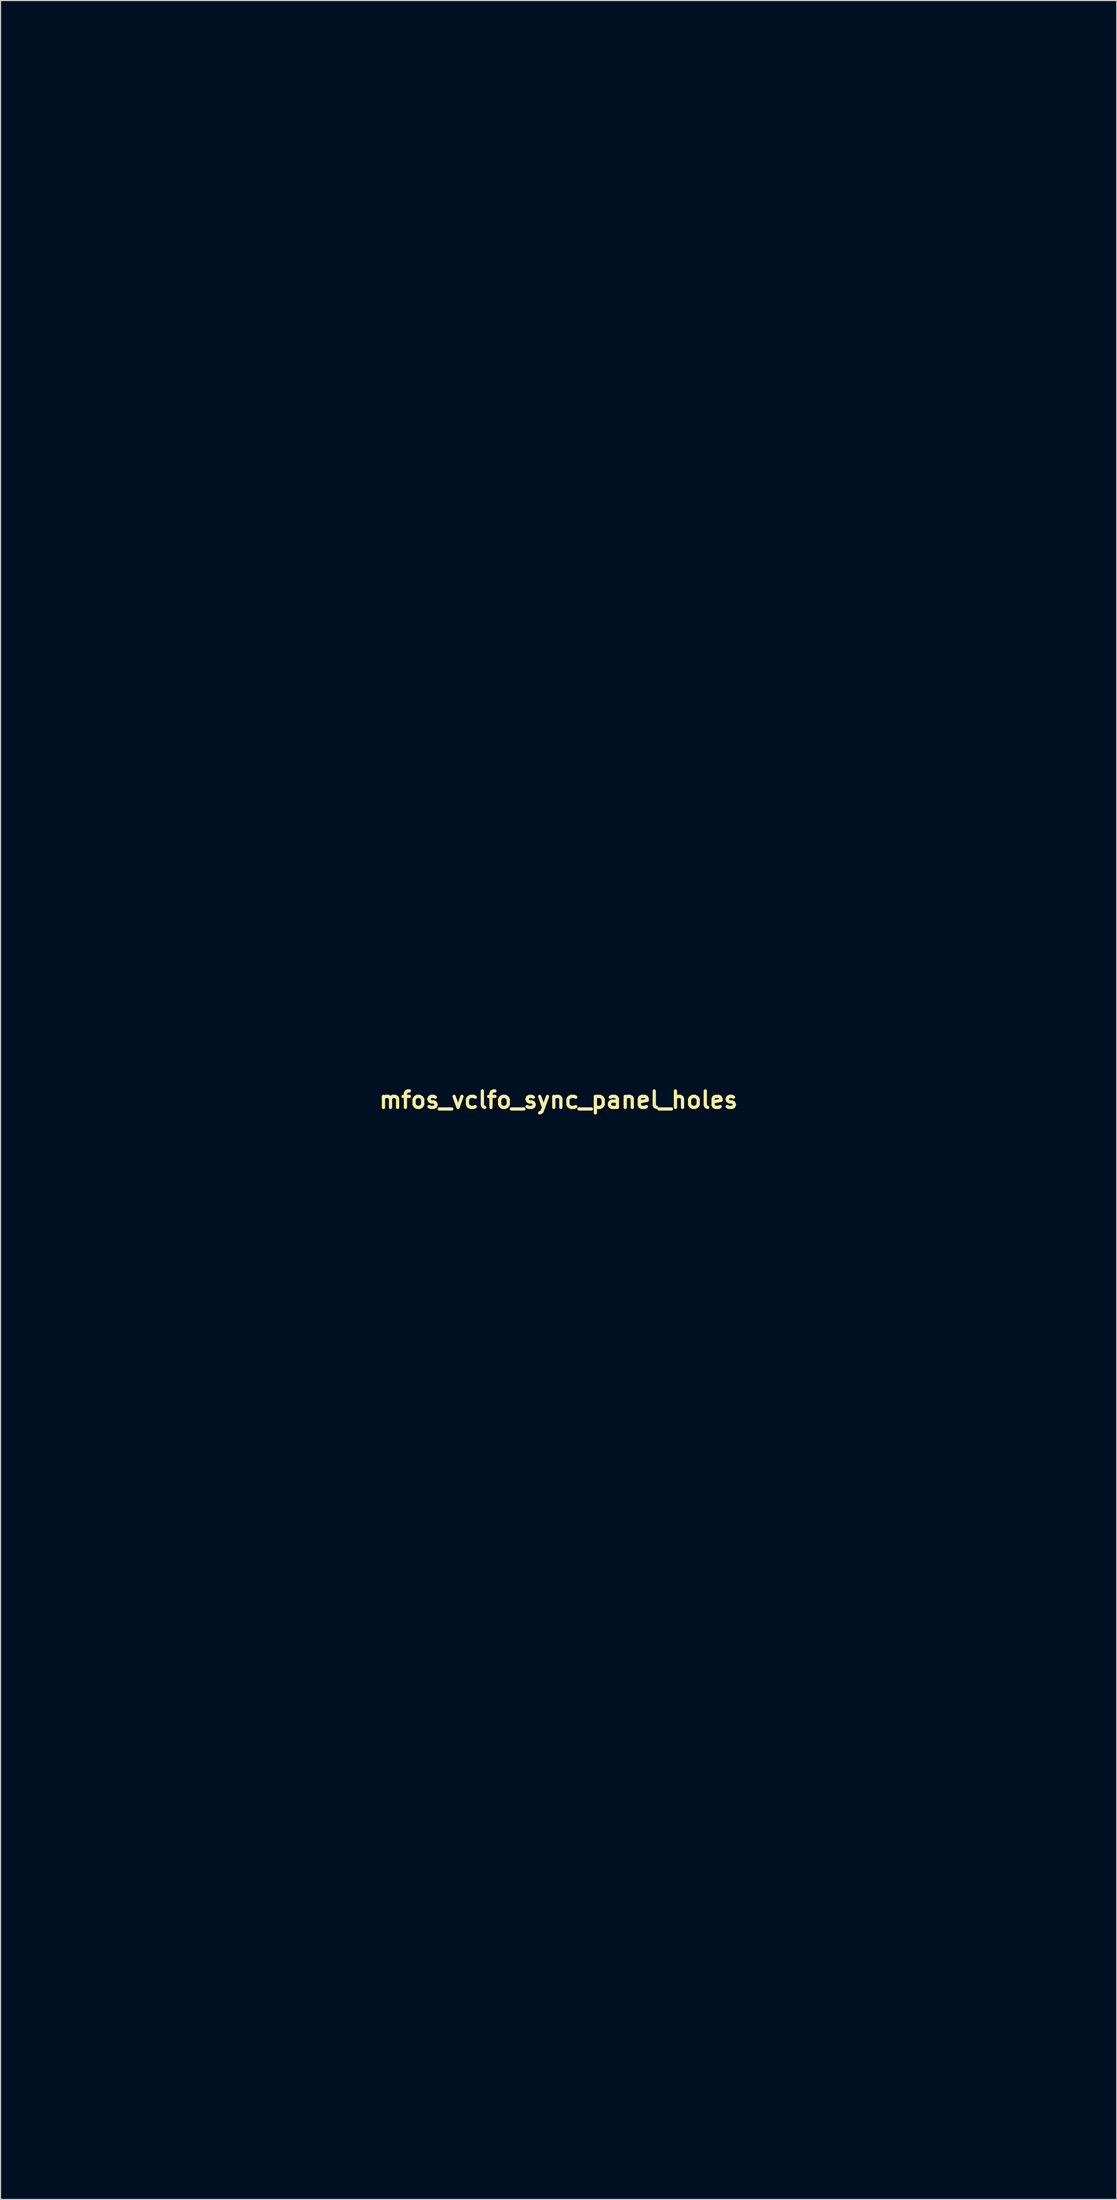
<source format=kicad_pcb>
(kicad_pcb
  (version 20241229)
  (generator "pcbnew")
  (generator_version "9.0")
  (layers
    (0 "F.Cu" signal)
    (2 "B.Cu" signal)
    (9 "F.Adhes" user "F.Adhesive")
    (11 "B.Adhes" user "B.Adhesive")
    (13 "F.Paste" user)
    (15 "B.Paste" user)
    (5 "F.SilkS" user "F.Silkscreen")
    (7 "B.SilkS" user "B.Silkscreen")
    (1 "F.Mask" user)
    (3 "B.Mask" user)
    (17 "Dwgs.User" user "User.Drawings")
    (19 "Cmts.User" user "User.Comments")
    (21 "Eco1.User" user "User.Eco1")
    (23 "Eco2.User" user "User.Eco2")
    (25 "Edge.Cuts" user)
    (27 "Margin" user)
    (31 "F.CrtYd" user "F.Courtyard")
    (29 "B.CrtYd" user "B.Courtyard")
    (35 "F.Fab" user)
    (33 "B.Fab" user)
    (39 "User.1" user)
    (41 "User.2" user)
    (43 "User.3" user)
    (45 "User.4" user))
  (footprint "mfos_vclfo_sync_panel_holes"
    (layer "F.Cu")
    (at 48.588 98.595)
    (property "Reference" "mfos_vclfo_sync_panel_holes" (at 0 0 0) (layer "F.SilkS") (effects (font (size 1.524 1.524) (thickness 0.3))))
    (attr through_hole)
    (fp_poly (pts (xy 25.195 -72.486) (xy 25.389 -72.47) (xy 25.474 -72.455) (xy 25.822 -72.36) (xy 26.147 -72.222) (xy 26.446 -72.042) (xy 26.716 -71.824) (xy 26.953 -71.57) (xy 27.154 -71.283) (xy 27.239 -71.129) (xy 27.373 -70.812) (xy 27.461 -70.482) (xy 27.503 -70.145) (xy 27.501 -69.807) (xy 27.454 -69.473) (xy 27.362 -69.149) (xy 27.227 -68.843) (xy 27.132 -68.682) (xy 26.914 -68.386) (xy 26.666 -68.131) (xy 26.391 -67.917) (xy 26.091 -67.746) (xy 25.77 -67.62) (xy 25.43 -67.54) (xy 25.075 -67.507) (xy 24.778 -67.515) (xy 24.441 -67.567) (xy 24.119 -67.666) (xy 23.815 -67.807) (xy 23.533 -67.988) (xy 23.278 -68.206) (xy 23.052 -68.456) (xy 22.861 -68.737) (xy 22.706 -69.043) (xy 22.593 -69.373) (xy 22.577 -69.434) (xy 22.547 -69.6) (xy 22.528 -69.796) (xy 22.521 -70.005) (xy 22.524 -70.154) (xy 24.003 -70.154) (xy 24.003 -69.901) (xy 24.892 -69.901) (xy 24.892 -69.012) (xy 25.146 -69.012) (xy 25.146 -69.901) (xy 26.01 -69.901) (xy 26.01 -70.155) (xy 25.146 -70.155) (xy 25.146 -70.993) (xy 24.893 -70.993) (xy 24.879 -70.168) (xy 24.441 -70.161) (xy 24.003 -70.154) (xy 22.524 -70.154) (xy 22.525 -70.207) (xy 22.541 -70.387) (xy 22.551 -70.451) (xy 22.645 -70.801) (xy 22.784 -71.128) (xy 22.966 -71.43) (xy 23.191 -71.705) (xy 23.241 -71.756) (xy 23.511 -71.993) (xy 23.809 -72.187) (xy 24.131 -72.338) (xy 24.371 -72.416) (xy 24.549 -72.453) (xy 24.757 -72.477) (xy 24.978 -72.488) (xy 25.195 -72.486)) (stroke (width 0.01) (type solid)) (fill no) (layer "Eco1.User"))
    (fp_poly (pts (xy 45.845 95.399) (xy 46.109 95.401) (xy 46.363 95.403) (xy 46.601 95.407) (xy 46.817 95.411) (xy 47.006 95.417) (xy 47.161 95.423) (xy 47.278 95.431) (xy 47.35 95.439) (xy 47.355 95.44) (xy 47.6 95.517) (xy 47.834 95.638) (xy 48.048 95.797) (xy 48.234 95.987) (xy 48.384 96.201) (xy 48.432 96.293) (xy 48.511 96.474) (xy 48.561 96.637) (xy 48.588 96.801) (xy 48.597 96.987) (xy 48.597 97.028) (xy 48.571 97.309) (xy 48.498 97.571) (xy 48.377 97.815) (xy 48.21 98.041) (xy 48.12 98.136) (xy 47.915 98.307) (xy 47.682 98.444) (xy 47.436 98.539) (xy 47.333 98.565) (xy 47.266 98.573) (xy 47.154 98.58) (xy 47.003 98.587) (xy 46.818 98.592) (xy 46.605 98.597) (xy 46.369 98.6) (xy 46.117 98.602) (xy 45.854 98.604) (xy 45.585 98.604) (xy 45.317 98.603) (xy 45.055 98.602) (xy 44.804 98.599) (xy 44.571 98.595) (xy 44.361 98.591) (xy 44.179 98.585) (xy 44.032 98.579) (xy 43.924 98.571) (xy 43.866 98.563) (xy 43.619 98.486) (xy 43.385 98.366) (xy 43.17 98.209) (xy 42.983 98.023) (xy 42.833 97.814) (xy 42.779 97.712) (xy 42.678 97.46) (xy 42.62 97.22) (xy 42.605 96.981) (xy 42.63 96.732) (xy 42.632 96.723) (xy 42.703 96.46) (xy 42.819 96.215) (xy 42.974 95.992) (xy 43.163 95.797) (xy 43.38 95.635) (xy 43.621 95.512) (xy 43.84 95.442) (xy 43.904 95.433) (xy 44.014 95.425) (xy 44.163 95.419) (xy 44.346 95.413) (xy 44.557 95.408) (xy 44.791 95.404) (xy 45.043 95.401) (xy 45.306 95.4) (xy 45.575 95.399) (xy 45.845 95.399)) (stroke (width 0.01) (type solid)) (fill no) (layer "Eco1.User"))
    (fp_poly (pts (xy -46.062 95.406) (xy -45.742 95.407) (xy -45.504 95.408) (xy -45.174 95.41) (xy -44.89 95.411) (xy -44.65 95.413) (xy -44.448 95.415) (xy -44.282 95.417) (xy -44.146 95.419) (xy -44.037 95.423) (xy -43.951 95.427) (xy -43.885 95.431) (xy -43.833 95.437) (xy -43.793 95.445) (xy -43.759 95.453) (xy -43.729 95.463) (xy -43.706 95.472) (xy -43.438 95.593) (xy -43.209 95.74) (xy -43.016 95.917) (xy -42.865 96.107) (xy -42.742 96.318) (xy -42.66 96.538) (xy -42.613 96.777) (xy -42.602 96.926) (xy -42.603 97.153) (xy -42.629 97.351) (xy -42.685 97.539) (xy -42.773 97.736) (xy -42.779 97.746) (xy -42.928 97.979) (xy -43.117 98.182) (xy -43.343 98.352) (xy -43.603 98.487) (xy -43.692 98.522) (xy -43.879 98.59) (xy -45.517 98.595) (xy -45.865 98.596) (xy -46.166 98.596) (xy -46.423 98.596) (xy -46.639 98.594) (xy -46.819 98.593) (xy -46.966 98.59) (xy -47.083 98.586) (xy -47.174 98.581) (xy -47.243 98.576) (xy -47.292 98.569) (xy -47.307 98.566) (xy -47.585 98.479) (xy -47.836 98.35) (xy -48.058 98.182) (xy -48.247 97.978) (xy -48.399 97.742) (xy -48.512 97.477) (xy -48.525 97.434) (xy -48.578 97.172) (xy -48.583 96.908) (xy -48.544 96.647) (xy -48.462 96.396) (xy -48.341 96.16) (xy -48.182 95.946) (xy -47.989 95.759) (xy -47.765 95.605) (xy -47.695 95.568) (xy -47.63 95.536) (xy -47.57 95.508) (xy -47.511 95.485) (xy -47.449 95.465) (xy -47.379 95.448) (xy -47.297 95.435) (xy -47.2 95.425) (xy -47.083 95.417) (xy -46.943 95.411) (xy -46.774 95.408) (xy -46.574 95.406) (xy -46.338 95.405) (xy -46.062 95.406)) (stroke (width 0.01) (type solid)) (fill no) (layer "Eco1.User"))
    (fp_poly (pts (xy 45.929 -98.59) (xy 46.219 -98.59) (xy 46.466 -98.589) (xy 46.673 -98.588) (xy 46.846 -98.587) (xy 46.987 -98.584) (xy 47.101 -98.581) (xy 47.192 -98.578) (xy 47.263 -98.573) (xy 47.319 -98.568) (xy 47.363 -98.561) (xy 47.4 -98.553) (xy 47.433 -98.544) (xy 47.433 -98.544) (xy 47.704 -98.437) (xy 47.941 -98.294) (xy 48.083 -98.178) (xy 48.257 -97.995) (xy 48.391 -97.805) (xy 48.493 -97.593) (xy 48.519 -97.52) (xy 48.587 -97.249) (xy 48.608 -96.979) (xy 48.582 -96.715) (xy 48.515 -96.462) (xy 48.407 -96.224) (xy 48.262 -96.006) (xy 48.083 -95.815) (xy 47.871 -95.653) (xy 47.631 -95.528) (xy 47.407 -95.453) (xy 47.365 -95.442) (xy 47.322 -95.434) (xy 47.274 -95.426) (xy 47.217 -95.42) (xy 47.146 -95.415) (xy 47.058 -95.412) (xy 46.948 -95.409) (xy 46.812 -95.407) (xy 46.646 -95.406) (xy 46.446 -95.405) (xy 46.208 -95.405) (xy 45.927 -95.405) (xy 45.608 -95.406) (xy 45.326 -95.407) (xy 45.057 -95.408) (xy 44.807 -95.409) (xy 44.58 -95.41) (xy 44.38 -95.412) (xy 44.212 -95.414) (xy 44.081 -95.416) (xy 43.99 -95.418) (xy 43.945 -95.42) (xy 43.942 -95.42) (xy 43.804 -95.454) (xy 43.643 -95.512) (xy 43.479 -95.586) (xy 43.457 -95.597) (xy 43.238 -95.738) (xy 43.042 -95.919) (xy 42.876 -96.13) (xy 42.747 -96.365) (xy 42.706 -96.47) (xy 42.656 -96.662) (xy 42.628 -96.88) (xy 42.624 -97.103) (xy 42.645 -97.309) (xy 42.657 -97.368) (xy 42.744 -97.629) (xy 42.875 -97.869) (xy 43.046 -98.085) (xy 43.254 -98.271) (xy 43.494 -98.423) (xy 43.718 -98.522) (xy 43.904 -98.59) (xy 45.593 -98.59) (xy 45.929 -98.59)) (stroke (width 0.01) (type solid)) (fill no) (layer "Eco1.User"))
    (fp_poly (pts (xy -45.259 -98.59) (xy -44.971 -98.59) (xy -44.727 -98.589) (xy -44.521 -98.589) (xy -44.35 -98.587) (xy -44.21 -98.585) (xy -44.097 -98.583) (xy -44.007 -98.579) (xy -43.936 -98.575) (xy -43.88 -98.569) (xy -43.835 -98.563) (xy -43.797 -98.554) (xy -43.762 -98.545) (xy -43.726 -98.534) (xy -43.473 -98.428) (xy -43.241 -98.281) (xy -43.036 -98.099) (xy -42.864 -97.887) (xy -42.73 -97.652) (xy -42.639 -97.398) (xy -42.632 -97.368) (xy -42.603 -97.171) (xy -42.599 -96.951) (xy -42.619 -96.73) (xy -42.662 -96.527) (xy -42.68 -96.47) (xy -42.796 -96.214) (xy -42.954 -95.986) (xy -43.152 -95.789) (xy -43.39 -95.622) (xy -43.665 -95.488) (xy -43.706 -95.471) (xy -43.736 -95.46) (xy -43.767 -95.451) (xy -43.801 -95.443) (xy -43.843 -95.436) (xy -43.897 -95.43) (xy -43.967 -95.426) (xy -44.057 -95.422) (xy -44.17 -95.419) (xy -44.311 -95.417) (xy -44.484 -95.415) (xy -44.692 -95.413) (xy -44.939 -95.412) (xy -45.23 -95.411) (xy -45.529 -95.41) (xy -45.864 -95.409) (xy -46.152 -95.408) (xy -46.397 -95.408) (xy -46.603 -95.408) (xy -46.774 -95.409) (xy -46.915 -95.411) (xy -47.029 -95.413) (xy -47.121 -95.417) (xy -47.194 -95.421) (xy -47.253 -95.426) (xy -47.301 -95.433) (xy -47.342 -95.441) (xy -47.381 -95.451) (xy -47.391 -95.453) (xy -47.652 -95.547) (xy -47.887 -95.681) (xy -48.092 -95.848) (xy -48.265 -96.046) (xy -48.404 -96.268) (xy -48.505 -96.509) (xy -48.565 -96.764) (xy -48.583 -97.028) (xy -48.555 -97.297) (xy -48.501 -97.501) (xy -48.432 -97.682) (xy -48.351 -97.834) (xy -48.248 -97.976) (xy -48.152 -98.085) (xy -47.966 -98.259) (xy -47.766 -98.393) (xy -47.536 -98.499) (xy -47.499 -98.512) (xy -47.282 -98.59) (xy -45.593 -98.59) (xy -45.259 -98.59)) (stroke (width 0.01) (type solid)) (fill no) (layer "Eco1.User"))
    (fp_poly (pts (xy 25.581 6.551) (xy 25.987 6.64) (xy 26.374 6.776) (xy 26.741 6.958) (xy 27.086 7.186) (xy 27.407 7.458) (xy 27.424 7.475) (xy 27.682 7.747) (xy 27.897 8.025) (xy 28.078 8.32) (xy 28.13 8.419) (xy 28.287 8.774) (xy 28.399 9.123) (xy 28.469 9.479) (xy 28.501 9.855) (xy 28.504 10.008) (xy 28.491 10.338) (xy 28.451 10.643) (xy 28.38 10.942) (xy 28.334 11.091) (xy 28.18 11.476) (xy 27.984 11.837) (xy 27.749 12.17) (xy 27.48 12.473) (xy 27.179 12.742) (xy 26.849 12.974) (xy 26.495 13.168) (xy 26.119 13.319) (xy 25.724 13.425) (xy 25.605 13.447) (xy 25.455 13.466) (xy 25.274 13.478) (xy 25.075 13.484) (xy 24.873 13.484) (xy 24.682 13.477) (xy 24.517 13.464) (xy 24.422 13.45) (xy 24.006 13.349) (xy 23.611 13.203) (xy 23.238 13.011) (xy 22.89 12.774) (xy 22.604 12.529) (xy 22.315 12.219) (xy 22.068 11.882) (xy 21.863 11.516) (xy 21.702 11.124) (xy 21.583 10.705) (xy 21.575 10.668) (xy 21.55 10.511) (xy 21.534 10.319) (xy 21.527 10.135) (xy 22.502 10.135) (xy 24.892 10.135) (xy 24.892 12.497) (xy 25.146 12.497) (xy 25.146 10.135) (xy 27.508 10.135) (xy 27.508 9.855) (xy 25.146 9.855) (xy 25.146 7.493) (xy 24.892 7.493) (xy 24.892 9.855) (xy 23.705 9.861) (xy 22.517 9.868) (xy 22.509 10.001) (xy 22.502 10.135) (xy 21.527 10.135) (xy 21.526 10.105) (xy 21.526 9.884) (xy 21.535 9.671) (xy 21.552 9.479) (xy 21.575 9.335) (xy 21.686 8.92) (xy 21.841 8.529) (xy 22.038 8.163) (xy 22.276 7.825) (xy 22.515 7.557) (xy 22.836 7.267) (xy 23.178 7.023) (xy 23.541 6.826) (xy 23.922 6.675) (xy 24.32 6.571) (xy 24.733 6.516) (xy 25.159 6.509) (xy 25.581 6.551)) (stroke (width 0.01) (type solid)) (fill no) (layer "Eco1.User"))
    (fp_poly (pts (xy 0.381 46.413) (xy 0.721 46.463) (xy 1.023 46.536) (xy 1.4 46.673) (xy 1.759 46.854) (xy 2.094 47.077) (xy 2.403 47.337) (xy 2.681 47.63) (xy 2.925 47.954) (xy 3.13 48.302) (xy 3.293 48.673) (xy 3.323 48.755) (xy 3.387 48.959) (xy 3.433 49.146) (xy 3.465 49.333) (xy 3.486 49.538) (xy 3.497 49.759) (xy 3.491 50.184) (xy 3.438 50.588) (xy 3.339 50.974) (xy 3.192 51.347) (xy 2.997 51.709) (xy 2.891 51.872) (xy 2.776 52.026) (xy 2.634 52.193) (xy 2.478 52.36) (xy 2.32 52.514) (xy 2.172 52.642) (xy 2.131 52.675) (xy 1.78 52.907) (xy 1.407 53.095) (xy 1.016 53.237) (xy 0.611 53.333) (xy 0.197 53.38) (xy -0.223 53.379) (xy -0.406 53.362) (xy -0.615 53.329) (xy -0.847 53.275) (xy -1.08 53.207) (xy -1.294 53.131) (xy -1.317 53.121) (xy -1.694 52.938) (xy -2.043 52.715) (xy -2.36 52.455) (xy -2.643 52.161) (xy -2.889 51.836) (xy -3.097 51.483) (xy -3.263 51.105) (xy -3.386 50.705) (xy -3.446 50.407) (xy -3.464 50.241) (xy -3.474 50.043) (xy -3.474 49.828) (xy -3.472 49.759) (xy -2.489 49.759) (xy -2.489 50.013) (xy -0.127 50.013) (xy -0.127 52.375) (xy 0.152 52.375) (xy 0.152 50.013) (xy 2.515 50.013) (xy 2.515 49.759) (xy 0.152 49.759) (xy 0.152 47.396) (xy -0.127 47.396) (xy -0.127 49.759) (xy -2.489 49.759) (xy -3.472 49.759) (xy -3.467 49.611) (xy -3.451 49.407) (xy -3.428 49.233) (xy -3.416 49.174) (xy -3.302 48.765) (xy -3.144 48.38) (xy -2.944 48.02) (xy -2.707 47.689) (xy -2.434 47.388) (xy -2.127 47.122) (xy -1.791 46.892) (xy -1.427 46.701) (xy -1.038 46.551) (xy -0.626 46.446) (xy -0.61 46.443) (xy -0.299 46.402) (xy 0.036 46.393) (xy 0.381 46.413)) (stroke (width 0.01) (type solid)) (fill no) (layer "Eco1.User"))
    (fp_poly (pts (xy -24.686 6.522) (xy -24.495 6.536) (xy -24.338 6.559) (xy -24.329 6.561) (xy -23.916 6.669) (xy -23.524 6.823) (xy -23.156 7.022) (xy -22.813 7.264) (xy -22.516 7.53) (xy -22.233 7.848) (xy -21.994 8.189) (xy -21.802 8.552) (xy -21.655 8.936) (xy -21.555 9.34) (xy -21.502 9.762) (xy -21.497 9.855) (xy -21.503 10.276) (xy -21.559 10.688) (xy -21.662 11.086) (xy -21.813 11.467) (xy -22.009 11.83) (xy -22.25 12.171) (xy -22.46 12.41) (xy -22.769 12.7) (xy -23.099 12.944) (xy -23.453 13.145) (xy -23.835 13.304) (xy -24.163 13.402) (xy -24.265 13.426) (xy -24.359 13.444) (xy -24.457 13.457) (xy -24.57 13.466) (xy -24.709 13.472) (xy -24.886 13.476) (xy -24.905 13.477) (xy -25.119 13.479) (xy -25.291 13.476) (xy -25.43 13.469) (xy -25.545 13.456) (xy -25.59 13.448) (xy -26.003 13.347) (xy -26.395 13.2) (xy -26.762 13.012) (xy -27.101 12.785) (xy -27.411 12.52) (xy -27.688 12.22) (xy -27.929 11.888) (xy -28.131 11.526) (xy -28.293 11.137) (xy -28.308 11.091) (xy -28.41 10.707) (xy -28.467 10.307) (xy -28.48 9.901) (xy -28.476 9.855) (xy -27.483 9.855) (xy -27.483 10.135) (xy -25.121 10.135) (xy -25.121 12.497) (xy -24.867 12.497) (xy -24.867 10.135) (xy -22.476 10.135) (xy -22.492 9.868) (xy -23.679 9.861) (xy -24.867 9.855) (xy -24.867 7.493) (xy -25.121 7.493) (xy -25.121 9.855) (xy -27.483 9.855) (xy -28.476 9.855) (xy -28.447 9.497) (xy -28.369 9.103) (xy -28.318 8.928) (xy -28.168 8.546) (xy -27.974 8.184) (xy -27.739 7.847) (xy -27.466 7.539) (xy -27.159 7.264) (xy -26.821 7.025) (xy -26.552 6.874) (xy -26.246 6.739) (xy -25.916 6.627) (xy -25.654 6.561) (xy -25.505 6.538) (xy -25.32 6.523) (xy -25.112 6.515) (xy -24.896 6.514) (xy -24.686 6.522)) (stroke (width 0.01) (type solid)) (fill no) (layer "Eco1.User"))
    (fp_poly (pts (xy 0.724 70.051) (xy 1.188 70.141) (xy 1.639 70.275) (xy 2.075 70.449) (xy 2.493 70.664) (xy 2.89 70.918) (xy 3.263 71.208) (xy 3.608 71.534) (xy 3.924 71.893) (xy 4.206 72.285) (xy 4.453 72.708) (xy 4.661 73.16) (xy 4.687 73.226) (xy 4.83 73.663) (xy 4.931 74.121) (xy 4.989 74.594) (xy 5.006 75.073) (xy 4.978 75.55) (xy 4.907 76.017) (xy 4.903 76.035) (xy 4.779 76.508) (xy 4.611 76.963) (xy 4.399 77.395) (xy 4.149 77.804) (xy 3.861 78.185) (xy 3.539 78.537) (xy 3.186 78.857) (xy 2.804 79.143) (xy 2.396 79.391) (xy 1.965 79.6) (xy 1.514 79.767) (xy 1.045 79.889) (xy 0.724 79.944) (xy 0.331 79.983) (xy -0.053 79.995) (xy -0.356 79.984) (xy -0.85 79.922) (xy -1.33 79.812) (xy -1.792 79.658) (xy -2.234 79.461) (xy -2.654 79.224) (xy -3.048 78.948) (xy -3.414 78.636) (xy -3.748 78.289) (xy -4.048 77.911) (xy -4.312 77.503) (xy -4.536 77.067) (xy -4.718 76.605) (xy -4.724 76.59) (xy -4.828 76.242) (xy -4.903 75.908) (xy -4.951 75.572) (xy -4.975 75.216) (xy -4.978 74.989) (xy -4.973 74.879) (xy -2.489 74.879) (xy -2.489 75.133) (xy -0.127 75.133) (xy -0.127 77.495) (xy 0.152 77.495) (xy 0.152 75.133) (xy 2.515 75.133) (xy 2.515 74.879) (xy 0.153 74.879) (xy 0.14 72.504) (xy -0.114 72.504) (xy -0.121 73.692) (xy -0.128 74.879) (xy -2.489 74.879) (xy -4.973 74.879) (xy -4.954 74.49) (xy -4.882 74.004) (xy -4.764 73.534) (xy -4.602 73.081) (xy -4.398 72.649) (xy -4.155 72.24) (xy -3.874 71.857) (xy -3.558 71.502) (xy -3.208 71.178) (xy -2.826 70.888) (xy -2.415 70.633) (xy -1.976 70.417) (xy -1.511 70.242) (xy -1.197 70.152) (xy -0.713 70.054) (xy -0.23 70.006) (xy 0.25 70.005) (xy 0.724 70.051)) (stroke (width 0.01) (type solid)) (fill no) (layer "Eco1.User"))
    (fp_poly (pts (xy 25.255 -33.483) (xy 25.479 -33.464) (xy 25.673 -33.436) (xy 25.697 -33.431) (xy 26.107 -33.318) (xy 26.493 -33.163) (xy 26.853 -32.969) (xy 27.185 -32.737) (xy 27.485 -32.471) (xy 27.751 -32.174) (xy 27.982 -31.848) (xy 28.174 -31.496) (xy 28.325 -31.121) (xy 28.432 -30.726) (xy 28.494 -30.313) (xy 28.496 -30.282) (xy 28.505 -29.867) (xy 28.466 -29.461) (xy 28.382 -29.068) (xy 28.254 -28.692) (xy 28.086 -28.334) (xy 27.879 -27.999) (xy 27.637 -27.69) (xy 27.36 -27.409) (xy 27.053 -27.16) (xy 26.717 -26.946) (xy 26.355 -26.77) (xy 25.968 -26.636) (xy 25.678 -26.567) (xy 25.49 -26.538) (xy 25.278 -26.517) (xy 25.06 -26.506) (xy 24.853 -26.505) (xy 24.673 -26.515) (xy 24.638 -26.519) (xy 24.214 -26.595) (xy 23.809 -26.717) (xy 23.428 -26.883) (xy 23.071 -27.094) (xy 22.74 -27.347) (xy 22.544 -27.53) (xy 22.263 -27.845) (xy 22.028 -28.177) (xy 21.837 -28.532) (xy 21.688 -28.913) (xy 21.596 -29.242) (xy 21.571 -29.355) (xy 21.553 -29.454) (xy 21.541 -29.553) (xy 21.534 -29.663) (xy 21.53 -29.797) (xy 21.528 -29.969) (xy 21.528 -29.985) (xy 21.529 -30.124) (xy 22.504 -30.124) (xy 22.504 -29.871) (xy 23.692 -29.864) (xy 24.879 -29.858) (xy 24.886 -28.683) (xy 24.893 -27.508) (xy 25.146 -27.508) (xy 25.146 -29.87) (xy 27.508 -29.87) (xy 27.508 -30.124) (xy 25.146 -30.124) (xy 25.146 -32.512) (xy 24.893 -32.512) (xy 24.879 -30.137) (xy 22.504 -30.124) (xy 21.529 -30.124) (xy 21.529 -30.183) (xy 21.534 -30.341) (xy 21.544 -30.47) (xy 21.559 -30.581) (xy 21.573 -30.655) (xy 21.688 -31.077) (xy 21.845 -31.474) (xy 22.042 -31.841) (xy 22.276 -32.178) (xy 22.547 -32.482) (xy 22.851 -32.752) (xy 23.187 -32.985) (xy 23.552 -33.178) (xy 23.945 -33.331) (xy 24.363 -33.441) (xy 24.377 -33.444) (xy 24.562 -33.47) (xy 24.781 -33.486) (xy 25.017 -33.49) (xy 25.255 -33.483)) (stroke (width 0.01) (type solid)) (fill no) (layer "Eco1.User"))
    (fp_poly (pts (xy -24.675 -33.479) (xy -24.442 -33.456) (xy -24.282 -33.429) (xy -23.872 -33.316) (xy -23.485 -33.16) (xy -23.125 -32.963) (xy -22.794 -32.726) (xy -22.494 -32.454) (xy -22.228 -32.146) (xy -21.997 -31.807) (xy -21.804 -31.438) (xy -21.651 -31.042) (xy -21.548 -30.657) (xy -21.529 -30.552) (xy -21.515 -30.438) (xy -21.507 -30.303) (xy -21.503 -30.137) (xy -21.503 -29.985) (xy -21.504 -29.809) (xy -21.508 -29.672) (xy -21.515 -29.561) (xy -21.527 -29.462) (xy -21.544 -29.363) (xy -21.569 -29.252) (xy -21.571 -29.242) (xy -21.687 -28.843) (xy -21.841 -28.472) (xy -22.035 -28.126) (xy -22.274 -27.799) (xy -22.56 -27.486) (xy -22.64 -27.409) (xy -22.898 -27.194) (xy -23.194 -27) (xy -23.516 -26.832) (xy -23.853 -26.694) (xy -24.193 -26.593) (xy -24.369 -26.557) (xy -24.504 -26.538) (xy -24.665 -26.522) (xy -24.836 -26.51) (xy -25.002 -26.503) (xy -25.149 -26.502) (xy -25.26 -26.507) (xy -25.69 -26.575) (xy -26.099 -26.687) (xy -26.484 -26.842) (xy -26.843 -27.037) (xy -27.174 -27.27) (xy -27.475 -27.54) (xy -27.742 -27.844) (xy -27.973 -28.18) (xy -28.167 -28.546) (xy -28.32 -28.939) (xy -28.41 -29.266) (xy -28.462 -29.589) (xy -28.481 -29.936) (xy -28.473 -30.124) (xy -27.483 -30.124) (xy -27.483 -29.87) (xy -25.121 -29.87) (xy -25.121 -27.508) (xy -24.867 -27.508) (xy -24.854 -29.858) (xy -23.666 -29.864) (xy -22.479 -29.871) (xy -22.479 -30.124) (xy -24.854 -30.137) (xy -24.861 -31.325) (xy -24.867 -32.512) (xy -25.121 -32.512) (xy -25.121 -30.124) (xy -27.483 -30.124) (xy -28.473 -30.124) (xy -28.466 -30.294) (xy -28.419 -30.651) (xy -28.342 -30.993) (xy -28.246 -31.277) (xy -28.07 -31.652) (xy -27.851 -32.004) (xy -27.593 -32.329) (xy -27.299 -32.621) (xy -26.974 -32.878) (xy -26.621 -33.094) (xy -26.552 -33.13) (xy -26.351 -33.22) (xy -26.121 -33.306) (xy -25.882 -33.38) (xy -25.656 -33.435) (xy -25.629 -33.441) (xy -25.421 -33.47) (xy -25.182 -33.487) (xy -24.928 -33.489) (xy -24.675 -33.479)) (stroke (width 0.01) (type solid)) (fill no) (layer "Eco1.User"))
    (fp_poly (pts (xy -19.791 45.015) (xy -19.576 45.023) (xy -19.389 45.037) (xy -19.319 45.046) (xy -18.825 45.139) (xy -18.351 45.278) (xy -17.898 45.461) (xy -17.469 45.683) (xy -17.067 45.945) (xy -16.693 46.242) (xy -16.35 46.573) (xy -16.04 46.935) (xy -15.766 47.326) (xy -15.529 47.743) (xy -15.332 48.185) (xy -15.177 48.649) (xy -15.066 49.132) (xy -15.012 49.526) (xy -14.988 50.02) (xy -15.015 50.511) (xy -15.089 50.997) (xy -15.212 51.473) (xy -15.381 51.937) (xy -15.596 52.385) (xy -15.856 52.812) (xy -15.983 52.991) (xy -16.095 53.132) (xy -16.235 53.292) (xy -16.391 53.459) (xy -16.553 53.622) (xy -16.707 53.769) (xy -16.828 53.873) (xy -17.216 54.159) (xy -17.635 54.408) (xy -18.078 54.617) (xy -18.537 54.782) (xy -19.007 54.901) (xy -19.319 54.953) (xy -19.474 54.968) (xy -19.662 54.979) (xy -19.868 54.985) (xy -20.08 54.987) (xy -20.281 54.984) (xy -20.46 54.976) (xy -20.598 54.963) (xy -21.085 54.875) (xy -21.562 54.74) (xy -22.024 54.559) (xy -22.466 54.336) (xy -22.882 54.072) (xy -23.19 53.835) (xy -23.549 53.504) (xy -23.871 53.141) (xy -24.156 52.749) (xy -24.403 52.332) (xy -24.608 51.895) (xy -24.771 51.442) (xy -24.89 50.976) (xy -24.963 50.502) (xy -24.988 50.023) (xy -24.981 49.86) (xy -22.479 49.86) (xy -22.479 50.14) (xy -20.117 50.14) (xy -20.117 52.502) (xy -19.863 52.502) (xy -19.863 50.14) (xy -17.488 50.127) (xy -17.488 49.873) (xy -18.675 49.866) (xy -19.863 49.86) (xy -19.863 47.498) (xy -20.117 47.498) (xy -20.117 49.86) (xy -22.479 49.86) (xy -24.981 49.86) (xy -24.972 49.632) (xy -24.905 49.123) (xy -24.792 48.634) (xy -24.635 48.166) (xy -24.436 47.722) (xy -24.197 47.303) (xy -23.919 46.911) (xy -23.605 46.549) (xy -23.257 46.219) (xy -22.876 45.923) (xy -22.465 45.663) (xy -22.025 45.441) (xy -21.558 45.259) (xy -21.066 45.12) (xy -20.828 45.07) (xy -20.669 45.047) (xy -20.473 45.03) (xy -20.253 45.019) (xy -20.021 45.014) (xy -19.791 45.015)) (stroke (width 0.01) (type solid)) (fill no) (layer "Eco1.User"))
    (fp_poly (pts (xy 0.256 -73.489) (xy 0.579 -73.454) (xy 0.686 -73.434) (xy 1.101 -73.321) (xy 1.492 -73.166) (xy 1.857 -72.97) (xy 2.192 -72.736) (xy 2.495 -72.465) (xy 2.765 -72.161) (xy 2.997 -71.827) (xy 3.192 -71.463) (xy 3.344 -71.073) (xy 3.442 -70.714) (xy 3.468 -70.555) (xy 3.487 -70.361) (xy 3.498 -70.148) (xy 3.5 -69.93) (xy 3.494 -69.724) (xy 3.48 -69.543) (xy 3.471 -69.481) (xy 3.381 -69.069) (xy 3.247 -68.676) (xy 3.07 -68.306) (xy 2.853 -67.962) (xy 2.6 -67.646) (xy 2.312 -67.362) (xy 1.992 -67.113) (xy 1.642 -66.903) (xy 1.266 -66.733) (xy 1.186 -66.703) (xy 0.91 -66.622) (xy 0.61 -66.56) (xy 0.3 -66.52) (xy -0.005 -66.503) (xy -0.29 -66.511) (xy -0.419 -66.525) (xy -0.836 -66.607) (xy -1.233 -66.733) (xy -1.607 -66.902) (xy -1.955 -67.11) (xy -2.274 -67.354) (xy -2.562 -67.633) (xy -2.816 -67.944) (xy -3.034 -68.283) (xy -3.213 -68.649) (xy -3.349 -69.039) (xy -3.441 -69.45) (xy -3.442 -69.456) (xy -3.465 -69.65) (xy -3.477 -69.875) (xy -3.477 -70.11) (xy -3.476 -70.129) (xy -2.489 -70.129) (xy -2.489 -69.875) (xy -0.127 -69.875) (xy -0.127 -68.699) (xy -0.127 -68.459) (xy -0.126 -68.235) (xy -0.124 -68.031) (xy -0.122 -67.853) (xy -0.119 -67.707) (xy -0.116 -67.596) (xy -0.112 -67.527) (xy -0.109 -67.504) (xy -0.075 -67.494) (xy -0.009 -67.492) (xy 0.024 -67.493) (xy 0.14 -67.501) (xy 0.153 -69.875) (xy 2.515 -69.875) (xy 2.515 -70.129) (xy 0.152 -70.129) (xy 0.152 -72.492) (xy -0.127 -72.492) (xy -0.127 -70.129) (xy -2.489 -70.129) (xy -3.476 -70.129) (xy -3.466 -70.335) (xy -3.445 -70.533) (xy -3.442 -70.549) (xy -3.349 -70.963) (xy -3.21 -71.358) (xy -3.027 -71.73) (xy -2.801 -72.077) (xy -2.535 -72.395) (xy -2.23 -72.682) (xy -1.934 -72.904) (xy -1.787 -72.995) (xy -1.609 -73.091) (xy -1.419 -73.185) (xy -1.233 -73.267) (xy -1.076 -73.326) (xy -0.767 -73.41) (xy -0.432 -73.466) (xy -0.086 -73.492) (xy 0.256 -73.489)) (stroke (width 0.01) (type solid)) (fill no) (layer "Eco1.User"))
    (fp_poly (pts (xy -19.313 70.052) (xy -18.819 70.142) (xy -18.342 70.279) (xy -17.883 70.464) (xy -17.441 70.697) (xy -17.016 70.978) (xy -16.98 71.005) (xy -16.858 71.102) (xy -16.715 71.23) (xy -16.56 71.376) (xy -16.402 71.533) (xy -16.252 71.689) (xy -16.119 71.836) (xy -16.014 71.963) (xy -15.992 71.991) (xy -15.711 72.411) (xy -15.475 72.851) (xy -15.286 73.307) (xy -15.142 73.778) (xy -15.046 74.258) (xy -14.998 74.746) (xy -14.997 75.238) (xy -15.045 75.731) (xy -15.143 76.22) (xy -15.243 76.567) (xy -15.42 77.027) (xy -15.64 77.464) (xy -15.901 77.875) (xy -16.2 78.258) (xy -16.534 78.609) (xy -16.899 78.926) (xy -17.294 79.207) (xy -17.715 79.45) (xy -18.16 79.651) (xy -18.625 79.808) (xy -18.99 79.897) (xy -19.096 79.916) (xy -19.23 79.935) (xy -19.381 79.954) (xy -19.539 79.972) (xy -19.694 79.987) (xy -19.834 79.999) (xy -19.95 80.006) (xy -20.031 80.007) (xy -20.053 80.006) (xy -20.088 80.003) (xy -20.161 79.997) (xy -20.263 79.99) (xy -20.358 79.984) (xy -20.789 79.932) (xy -21.228 79.837) (xy -21.664 79.702) (xy -22.086 79.532) (xy -22.484 79.329) (xy -22.717 79.186) (xy -23.121 78.89) (xy -23.493 78.557) (xy -23.831 78.189) (xy -24.131 77.791) (xy -24.388 77.368) (xy -24.448 77.255) (xy -24.651 76.8) (xy -24.806 76.331) (xy -24.913 75.853) (xy -24.973 75.368) (xy -24.984 74.88) (xy -24.984 74.88) (xy -22.479 74.88) (xy -22.479 75.133) (xy -20.117 75.133) (xy -20.117 77.495) (xy -19.863 77.495) (xy -19.863 75.134) (xy -17.488 75.121) (xy -17.472 74.88) (xy -19.85 74.867) (xy -19.857 73.679) (xy -19.863 72.492) (xy -20.116 72.492) (xy -20.13 74.867) (xy -21.304 74.873) (xy -22.479 74.88) (xy -24.984 74.88) (xy -24.947 74.392) (xy -24.862 73.909) (xy -24.73 73.432) (xy -24.549 72.967) (xy -24.473 72.804) (xy -24.23 72.365) (xy -23.95 71.957) (xy -23.634 71.584) (xy -23.287 71.245) (xy -22.91 70.944) (xy -22.507 70.682) (xy -22.079 70.46) (xy -21.632 70.28) (xy -21.166 70.144) (xy -20.685 70.054) (xy -20.191 70.011) (xy -19.825 70.01) (xy -19.313 70.052)) (stroke (width 0.01) (type solid)) (fill no) (layer "Eco1.User"))
    (fp_poly (pts (xy 20.658 45.044) (xy 20.686 45.047) (xy 21.167 45.135) (xy 21.633 45.27) (xy 22.082 45.45) (xy 22.509 45.672) (xy 22.913 45.933) (xy 23.29 46.231) (xy 23.638 46.563) (xy 23.952 46.928) (xy 24.231 47.322) (xy 24.471 47.743) (xy 24.669 48.189) (xy 24.751 48.418) (xy 24.889 48.912) (xy 24.975 49.407) (xy 25.01 49.901) (xy 24.995 50.396) (xy 24.929 50.89) (xy 24.812 51.384) (xy 24.751 51.582) (xy 24.573 52.044) (xy 24.349 52.484) (xy 24.079 52.901) (xy 23.764 53.295) (xy 23.597 53.476) (xy 23.229 53.822) (xy 22.832 54.125) (xy 22.41 54.385) (xy 21.964 54.601) (xy 21.496 54.772) (xy 21.008 54.897) (xy 20.6 54.964) (xy 20.508 54.972) (xy 20.381 54.979) (xy 20.231 54.983) (xy 20.069 54.986) (xy 19.907 54.987) (xy 19.757 54.986) (xy 19.628 54.983) (xy 19.535 54.978) (xy 19.507 54.975) (xy 19.451 54.967) (xy 19.363 54.954) (xy 19.261 54.94) (xy 19.253 54.938) (xy 18.8 54.849) (xy 18.349 54.713) (xy 17.907 54.531) (xy 17.48 54.307) (xy 17.075 54.043) (xy 17.018 54.002) (xy 16.887 53.897) (xy 16.735 53.764) (xy 16.574 53.614) (xy 16.415 53.457) (xy 16.269 53.305) (xy 16.148 53.169) (xy 16.122 53.137) (xy 15.835 52.742) (xy 15.588 52.321) (xy 15.384 51.879) (xy 15.222 51.42) (xy 15.106 50.949) (xy 15.035 50.47) (xy 15.012 49.989) (xy 15.018 49.873) (xy 17.513 49.873) (xy 17.513 50.127) (xy 19.888 50.14) (xy 19.888 52.502) (xy 20.142 52.502) (xy 20.142 50.14) (xy 22.504 50.14) (xy 22.504 49.86) (xy 20.142 49.86) (xy 20.142 47.498) (xy 19.888 47.498) (xy 19.888 49.86) (xy 18.701 49.866) (xy 17.513 49.873) (xy 15.018 49.873) (xy 15.038 49.511) (xy 15.038 49.51) (xy 15.116 49.006) (xy 15.241 48.521) (xy 15.41 48.055) (xy 15.623 47.612) (xy 15.877 47.194) (xy 16.17 46.804) (xy 16.502 46.444) (xy 16.869 46.116) (xy 17.272 45.824) (xy 17.707 45.569) (xy 17.755 45.544) (xy 18.208 45.342) (xy 18.679 45.186) (xy 19.163 45.078) (xy 19.657 45.017) (xy 20.157 45.006) (xy 20.658 45.044)) (stroke (width 0.01) (type solid)) (fill no) (layer "Eco1.User"))
    (fp_poly (pts (xy -39.621 45.019) (xy -39.275 45.052) (xy -38.942 45.111) (xy -38.604 45.198) (xy -38.396 45.264) (xy -37.936 45.443) (xy -37.501 45.665) (xy -37.093 45.926) (xy -36.715 46.224) (xy -36.368 46.556) (xy -36.055 46.918) (xy -35.778 47.308) (xy -35.539 47.722) (xy -35.341 48.159) (xy -35.185 48.615) (xy -35.074 49.087) (xy -35.011 49.573) (xy -35.004 49.665) (xy -34.998 50.18) (xy -35.039 50.683) (xy -35.129 51.172) (xy -35.267 51.644) (xy -35.451 52.099) (xy -35.681 52.535) (xy -35.956 52.948) (xy -36.276 53.339) (xy -36.46 53.532) (xy -36.837 53.875) (xy -37.239 54.173) (xy -37.665 54.426) (xy -38.113 54.634) (xy -38.583 54.797) (xy -39.073 54.913) (xy -39.314 54.951) (xy -39.437 54.964) (xy -39.593 54.975) (xy -39.771 54.982) (xy -39.957 54.987) (xy -40.138 54.988) (xy -40.302 54.986) (xy -40.436 54.98) (xy -40.5 54.974) (xy -41.02 54.887) (xy -41.512 54.757) (xy -41.978 54.584) (xy -42.419 54.367) (xy -42.835 54.106) (xy -43.228 53.801) (xy -43.517 53.534) (xy -43.85 53.168) (xy -44.139 52.779) (xy -44.387 52.369) (xy -44.591 51.941) (xy -44.753 51.5) (xy -44.871 51.048) (xy -44.947 50.588) (xy -44.98 50.124) (xy -44.975 49.86) (xy -42.494 49.86) (xy -42.494 50.14) (xy -40.132 50.14) (xy -40.132 51.304) (xy -40.132 51.542) (xy -40.131 51.765) (xy -40.129 51.967) (xy -40.127 52.143) (xy -40.124 52.288) (xy -40.121 52.396) (xy -40.118 52.464) (xy -40.115 52.485) (xy -40.082 52.495) (xy -40.016 52.501) (xy -39.975 52.502) (xy -39.853 52.502) (xy -39.853 50.14) (xy -37.49 50.14) (xy -37.49 49.86) (xy -39.853 49.86) (xy -39.853 47.495) (xy -39.986 47.503) (xy -40.119 47.511) (xy -40.133 49.86) (xy -42.494 49.86) (xy -44.975 49.86) (xy -44.971 49.66) (xy -44.918 49.198) (xy -44.823 48.741) (xy -44.685 48.294) (xy -44.504 47.859) (xy -44.28 47.44) (xy -44.014 47.04) (xy -43.704 46.662) (xy -43.533 46.482) (xy -43.154 46.137) (xy -42.751 45.837) (xy -42.326 45.582) (xy -41.881 45.373) (xy -41.417 45.21) (xy -40.937 45.095) (xy -40.441 45.028) (xy -39.997 45.009) (xy -39.621 45.019)) (stroke (width 0.01) (type solid)) (fill no) (layer "Eco1.User"))
    (fp_poly (pts (xy -39.717 70.018) (xy -39.501 70.028) (xy -39.313 70.044) (xy -39.192 70.061) (xy -38.895 70.121) (xy -38.632 70.186) (xy -38.386 70.264) (xy -38.141 70.359) (xy -37.88 70.477) (xy -37.757 70.537) (xy -37.324 70.776) (xy -36.93 71.045) (xy -36.571 71.348) (xy -36.243 71.689) (xy -35.941 72.071) (xy -35.836 72.222) (xy -35.58 72.648) (xy -35.37 73.09) (xy -35.206 73.547) (xy -35.089 74.013) (xy -35.017 74.487) (xy -34.991 74.963) (xy -35.011 75.44) (xy -35.076 75.914) (xy -35.187 76.381) (xy -35.342 76.837) (xy -35.543 77.281) (xy -35.788 77.707) (xy -36.078 78.114) (xy -36.112 78.156) (xy -36.219 78.28) (xy -36.353 78.423) (xy -36.502 78.573) (xy -36.653 78.717) (xy -36.796 78.846) (xy -36.919 78.946) (xy -36.919 78.947) (xy -37.34 79.238) (xy -37.781 79.482) (xy -38.241 79.681) (xy -38.715 79.831) (xy -39.203 79.934) (xy -39.701 79.987) (xy -40.207 79.992) (xy -40.348 79.984) (xy -40.838 79.926) (xy -41.313 79.821) (xy -41.771 79.671) (xy -42.208 79.479) (xy -42.623 79.246) (xy -43.014 78.976) (xy -43.376 78.671) (xy -43.709 78.332) (xy -44.009 77.963) (xy -44.274 77.564) (xy -44.502 77.14) (xy -44.689 76.691) (xy -44.834 76.221) (xy -44.922 75.806) (xy -44.945 75.629) (xy -44.963 75.417) (xy -44.974 75.185) (xy -44.978 74.951) (xy -44.977 74.879) (xy -42.494 74.879) (xy -42.494 75.133) (xy -40.132 75.133) (xy -40.132 77.495) (xy -39.853 77.495) (xy -39.853 75.133) (xy -37.49 75.133) (xy -37.49 74.879) (xy -39.853 74.879) (xy -39.853 72.489) (xy -39.986 72.497) (xy -40.119 72.504) (xy -40.126 73.692) (xy -40.133 74.879) (xy -42.494 74.879) (xy -44.977 74.879) (xy -44.975 74.729) (xy -44.965 74.536) (xy -44.96 74.486) (xy -44.882 73.991) (xy -44.757 73.511) (xy -44.586 73.048) (xy -44.371 72.607) (xy -44.115 72.189) (xy -43.82 71.797) (xy -43.486 71.435) (xy -43.117 71.106) (xy -42.715 70.813) (xy -42.437 70.644) (xy -42.069 70.457) (xy -41.669 70.296) (xy -41.252 70.166) (xy -40.835 70.072) (xy -40.78 70.062) (xy -40.611 70.041) (xy -40.408 70.026) (xy -40.183 70.017) (xy -39.949 70.014) (xy -39.717 70.018)) (stroke (width 0.01) (type solid)) (fill no) (layer "Eco1.User"))
    (fp_poly (pts (xy 20.615 70.041) (xy 21.009 70.1) (xy 21.388 70.192) (xy 21.769 70.32) (xy 21.844 70.349) (xy 22.298 70.556) (xy 22.726 70.804) (xy 23.124 71.091) (xy 23.491 71.413) (xy 23.824 71.769) (xy 24.121 72.156) (xy 24.379 72.57) (xy 24.596 73.009) (xy 24.77 73.471) (xy 24.899 73.951) (xy 24.905 73.983) (xy 24.983 74.478) (xy 25.01 74.975) (xy 24.988 75.47) (xy 24.918 75.96) (xy 24.799 76.44) (xy 24.633 76.907) (xy 24.473 77.255) (xy 24.305 77.562) (xy 24.125 77.842) (xy 23.922 78.11) (xy 23.688 78.378) (xy 23.539 78.533) (xy 23.17 78.871) (xy 22.774 79.166) (xy 22.353 79.418) (xy 21.908 79.626) (xy 21.442 79.788) (xy 20.957 79.905) (xy 20.454 79.975) (xy 20.335 79.985) (xy 20.204 79.993) (xy 20.091 80) (xy 20.006 80.005) (xy 19.958 80.006) (xy 19.952 80.006) (xy 19.917 80.003) (xy 19.844 79.997) (xy 19.742 79.99) (xy 19.641 79.983) (xy 19.16 79.926) (xy 18.687 79.819) (xy 18.225 79.666) (xy 17.778 79.467) (xy 17.351 79.225) (xy 16.947 78.942) (xy 16.57 78.618) (xy 16.478 78.529) (xy 16.147 78.165) (xy 15.855 77.771) (xy 15.604 77.351) (xy 15.396 76.909) (xy 15.231 76.45) (xy 15.112 75.977) (xy 15.039 75.495) (xy 15.016 75.007) (xy 15.019 74.88) (xy 17.498 74.88) (xy 17.506 75) (xy 17.513 75.121) (xy 19.888 75.134) (xy 19.888 77.495) (xy 20.142 77.495) (xy 20.142 75.133) (xy 22.504 75.133) (xy 22.504 74.88) (xy 21.33 74.873) (xy 20.155 74.867) (xy 20.148 73.679) (xy 20.142 72.492) (xy 19.889 72.492) (xy 19.875 74.867) (xy 18.687 74.873) (xy 17.498 74.88) (xy 15.019 74.88) (xy 15.02 74.816) (xy 15.066 74.305) (xy 15.161 73.808) (xy 15.304 73.327) (xy 15.494 72.864) (xy 15.731 72.42) (xy 16.014 71.997) (xy 16.018 71.991) (xy 16.114 71.872) (xy 16.239 71.73) (xy 16.385 71.577) (xy 16.54 71.42) (xy 16.696 71.271) (xy 16.842 71.138) (xy 16.968 71.033) (xy 17 71.009) (xy 17.424 70.724) (xy 17.867 70.486) (xy 18.328 70.295) (xy 18.803 70.152) (xy 19.291 70.057) (xy 19.79 70.011) (xy 20.193 70.011) (xy 20.615 70.041)) (stroke (width 0.01) (type solid)) (fill no) (layer "Eco1.User"))
    (fp_poly (pts (xy 40.64 70.042) (xy 41.115 70.126) (xy 41.582 70.257) (xy 42.037 70.433) (xy 42.479 70.655) (xy 42.903 70.924) (xy 43.117 71.082) (xy 43.237 71.183) (xy 43.377 71.312) (xy 43.528 71.458) (xy 43.677 71.611) (xy 43.814 71.759) (xy 43.927 71.891) (xy 43.971 71.945) (xy 44.259 72.364) (xy 44.502 72.806) (xy 44.699 73.269) (xy 44.85 73.751) (xy 44.953 74.252) (xy 44.986 74.501) (xy 44.999 74.672) (xy 45.004 74.878) (xy 45.002 75.104) (xy 44.993 75.332) (xy 44.978 75.549) (xy 44.958 75.738) (xy 44.948 75.806) (xy 44.84 76.296) (xy 44.688 76.765) (xy 44.492 77.213) (xy 44.257 77.637) (xy 43.983 78.033) (xy 43.673 78.401) (xy 43.33 78.737) (xy 42.956 79.038) (xy 42.554 79.303) (xy 42.125 79.529) (xy 41.672 79.714) (xy 41.198 79.854) (xy 41.011 79.896) (xy 40.903 79.915) (xy 40.768 79.934) (xy 40.616 79.954) (xy 40.457 79.972) (xy 40.303 79.987) (xy 40.162 79.999) (xy 40.046 80.006) (xy 39.965 80.007) (xy 39.941 80.006) (xy 39.907 80.003) (xy 39.833 79.997) (xy 39.733 79.99) (xy 39.649 79.984) (xy 39.164 79.925) (xy 38.685 79.817) (xy 38.217 79.661) (xy 37.763 79.46) (xy 37.328 79.214) (xy 36.944 78.947) (xy 36.822 78.846) (xy 36.679 78.718) (xy 36.527 78.573) (xy 36.379 78.424) (xy 36.245 78.281) (xy 36.137 78.156) (xy 36.137 78.156) (xy 35.837 77.745) (xy 35.582 77.312) (xy 35.374 76.861) (xy 35.214 76.392) (xy 35.1 75.908) (xy 35.036 75.411) (xy 35.02 74.902) (xy 35.021 74.879) (xy 37.516 74.879) (xy 37.516 75.133) (xy 39.878 75.133) (xy 39.878 77.495) (xy 40.157 77.495) (xy 40.157 75.133) (xy 42.52 75.133) (xy 42.52 74.879) (xy 40.158 74.879) (xy 40.145 72.504) (xy 40.011 72.497) (xy 39.878 72.489) (xy 39.878 74.879) (xy 37.516 74.879) (xy 35.021 74.879) (xy 35.029 74.666) (xy 35.084 74.18) (xy 35.187 73.703) (xy 35.336 73.24) (xy 35.53 72.795) (xy 35.765 72.37) (xy 36.039 71.97) (xy 36.352 71.598) (xy 36.7 71.257) (xy 37.082 70.952) (xy 37.362 70.764) (xy 37.803 70.519) (xy 38.259 70.322) (xy 38.725 70.172) (xy 39.2 70.069) (xy 39.68 70.013) (xy 40.161 70.005) (xy 40.64 70.042)) (stroke (width 0.01) (type solid)) (fill no) (layer "Eco1.User"))
    (fp_poly (pts (xy 40.264 45.015) (xy 40.48 45.027) (xy 40.666 45.045) (xy 40.693 45.048) (xy 41.185 45.142) (xy 41.664 45.284) (xy 42.124 45.471) (xy 42.562 45.703) (xy 42.976 45.977) (xy 43.361 46.292) (xy 43.551 46.473) (xy 43.883 46.841) (xy 44.172 47.233) (xy 44.419 47.646) (xy 44.622 48.075) (xy 44.783 48.518) (xy 44.9 48.972) (xy 44.975 49.433) (xy 45.006 49.897) (xy 44.995 50.363) (xy 44.94 50.825) (xy 44.843 51.282) (xy 44.702 51.73) (xy 44.519 52.165) (xy 44.292 52.584) (xy 44.022 52.984) (xy 43.709 53.362) (xy 43.579 53.499) (xy 43.205 53.843) (xy 42.804 54.145) (xy 42.377 54.403) (xy 41.929 54.616) (xy 41.459 54.784) (xy 40.972 54.905) (xy 40.695 54.951) (xy 40.58 54.963) (xy 40.434 54.973) (xy 40.265 54.981) (xy 40.088 54.986) (xy 39.912 54.989) (xy 39.75 54.988) (xy 39.613 54.984) (xy 39.513 54.977) (xy 39.497 54.975) (xy 39.441 54.967) (xy 39.353 54.954) (xy 39.251 54.939) (xy 39.243 54.938) (xy 39.128 54.919) (xy 38.989 54.891) (xy 38.851 54.86) (xy 38.808 54.85) (xy 38.329 54.704) (xy 37.873 54.515) (xy 37.442 54.285) (xy 37.039 54.015) (xy 36.665 53.71) (xy 36.323 53.37) (xy 36.016 52.999) (xy 35.745 52.599) (xy 35.513 52.173) (xy 35.322 51.723) (xy 35.174 51.251) (xy 35.071 50.761) (xy 35.064 50.711) (xy 35.041 50.508) (xy 35.028 50.271) (xy 35.023 50.017) (xy 35.025 49.86) (xy 37.516 49.86) (xy 37.516 50.14) (xy 39.878 50.14) (xy 39.878 52.504) (xy 40.145 52.489) (xy 40.151 51.314) (xy 40.158 50.14) (xy 42.52 50.14) (xy 42.52 49.86) (xy 40.158 49.86) (xy 40.151 48.685) (xy 40.145 47.511) (xy 40.011 47.503) (xy 39.878 47.495) (xy 39.878 49.86) (xy 37.516 49.86) (xy 35.025 49.86) (xy 35.027 49.762) (xy 35.039 49.522) (xy 35.06 49.313) (xy 35.064 49.289) (xy 35.161 48.796) (xy 35.304 48.324) (xy 35.491 47.873) (xy 35.717 47.446) (xy 35.983 47.045) (xy 36.284 46.673) (xy 36.619 46.332) (xy 36.985 46.025) (xy 37.38 45.753) (xy 37.801 45.519) (xy 38.247 45.325) (xy 38.714 45.174) (xy 39.201 45.067) (xy 39.42 45.035) (xy 39.596 45.02) (xy 39.806 45.012) (xy 40.034 45.01) (xy 40.264 45.015)) (stroke (width 0.01) (type solid)) (fill no) (layer "Eco1.User")))
  (gr_rect
    (start -3 -3)
    (end 100.201 200.204)
    (stroke (width 0.1) (type default))
    (fill no)
    (layer "Edge.Cuts")))
</source>
